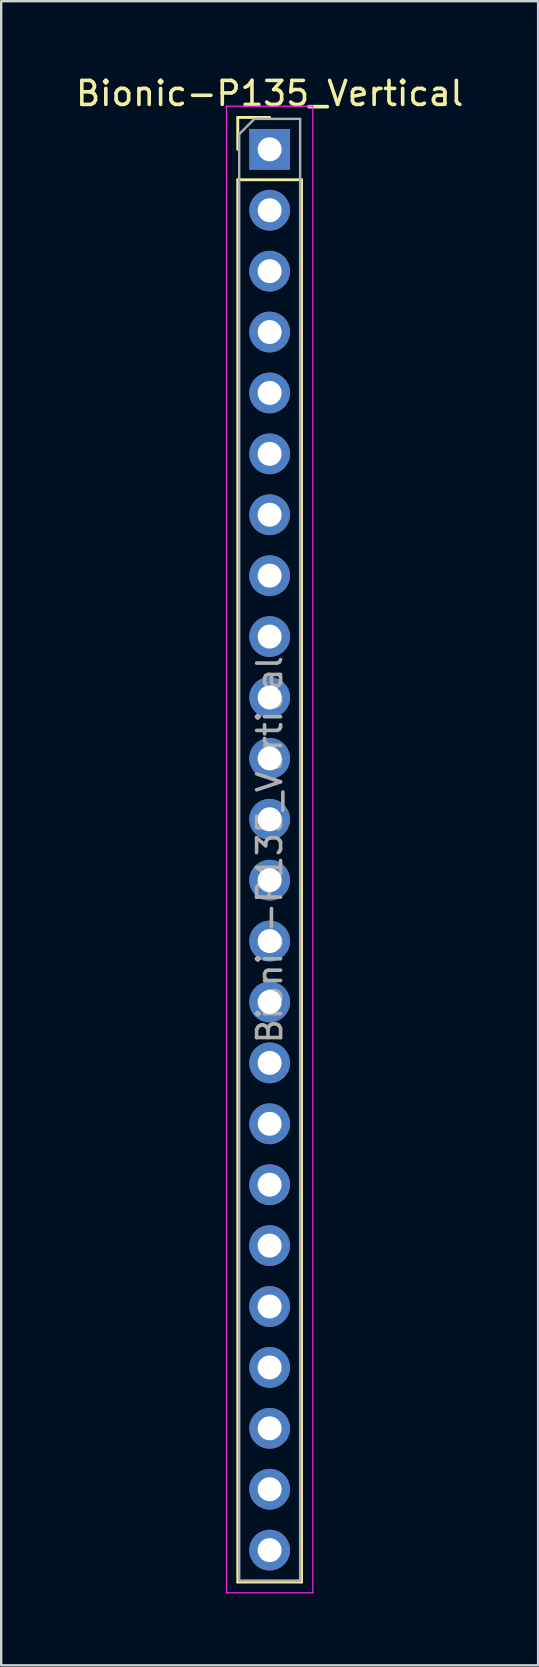
<source format=kicad_pcb>
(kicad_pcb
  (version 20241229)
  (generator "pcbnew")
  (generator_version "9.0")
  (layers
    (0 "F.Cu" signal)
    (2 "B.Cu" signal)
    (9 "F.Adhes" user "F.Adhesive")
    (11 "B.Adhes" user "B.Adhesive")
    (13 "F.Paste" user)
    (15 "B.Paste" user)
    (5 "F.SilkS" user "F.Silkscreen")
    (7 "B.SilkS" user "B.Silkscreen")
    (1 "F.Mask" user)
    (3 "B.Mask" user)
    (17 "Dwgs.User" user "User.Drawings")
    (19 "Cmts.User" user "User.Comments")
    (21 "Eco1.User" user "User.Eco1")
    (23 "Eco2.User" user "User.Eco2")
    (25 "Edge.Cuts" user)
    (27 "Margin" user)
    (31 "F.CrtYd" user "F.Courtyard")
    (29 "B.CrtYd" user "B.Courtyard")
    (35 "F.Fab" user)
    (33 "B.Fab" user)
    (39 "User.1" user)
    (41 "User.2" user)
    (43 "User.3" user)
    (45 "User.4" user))
  (footprint "Bionic-P135_Vertical"
    (layer "F.Cu")
    (at 8.196 3.178)
    (property "Reference" "Bionic-P135_Vertical" (at 0 -2.33 0) (layer "F.SilkS") (effects (font (size 1 1) (thickness 0.15))))
    (attr through_hole)
    (fp_line (start -1.33 -1.33) (end 0 -1.33) (stroke (width 0.12) (type solid)) (layer "F.SilkS"))
    (fp_line (start -1.33 0) (end -1.33 -1.33) (stroke (width 0.12) (type solid)) (layer "F.SilkS"))
    (fp_line (start -1.33 1.27) (end -1.33 59.75) (stroke (width 0.12) (type solid)) (layer "F.SilkS"))
    (fp_line (start -1.33 1.27) (end 1.33 1.27) (stroke (width 0.12) (type solid)) (layer "F.SilkS"))
    (fp_line (start -1.33 59.75) (end 1.33 59.75) (stroke (width 0.12) (type solid)) (layer "F.SilkS"))
    (fp_line (start 1.33 1.27) (end 1.33 59.75) (stroke (width 0.12) (type solid)) (layer "F.SilkS"))
    (fp_line (start -1.8 -1.8) (end -1.8 60.2) (stroke (width 0.05) (type solid)) (layer "F.CrtYd"))
    (fp_line (start -1.8 60.2) (end 1.8 60.2) (stroke (width 0.05) (type solid)) (layer "F.CrtYd"))
    (fp_line (start 1.8 -1.8) (end -1.8 -1.8) (stroke (width 0.05) (type solid)) (layer "F.CrtYd"))
    (fp_line (start 1.8 60.2) (end 1.8 -1.8) (stroke (width 0.05) (type solid)) (layer "F.CrtYd"))
    (fp_line (start -1.27 -0.635) (end -0.635 -1.27) (stroke (width 0.1) (type solid)) (layer "F.Fab"))
    (fp_line (start -1.27 59.69) (end -1.27 -0.635) (stroke (width 0.1) (type solid)) (layer "F.Fab"))
    (fp_line (start -0.635 -1.27) (end 1.27 -1.27) (stroke (width 0.1) (type solid)) (layer "F.Fab"))
    (fp_line (start 1.27 -1.27) (end 1.27 59.69) (stroke (width 0.1) (type solid)) (layer "F.Fab"))
    (fp_line (start 1.27 59.69) (end -1.27 59.69) (stroke (width 0.1) (type solid)) (layer "F.Fab"))
    (fp_text user "${REFERENCE}" (at 0 29.21 90) (layer "F.Fab") (effects (font (size 1 1) (thickness 0.15))))
    (pad "1" thru_hole rect (at 0 0) (size 1.7 1.7) (drill 1) (layers "*.Cu" "*.Mask"))
    (pad "2" thru_hole oval (at 0 2.54) (size 1.7 1.7) (drill 1) (layers "*.Cu" "*.Mask"))
    (pad "3" thru_hole oval (at 0 5.08) (size 1.7 1.7) (drill 1) (layers "*.Cu" "*.Mask"))
    (pad "4" thru_hole oval (at 0 7.62) (size 1.7 1.7) (drill 1) (layers "*.Cu" "*.Mask"))
    (pad "5" thru_hole oval (at 0 10.16) (size 1.7 1.7) (drill 1) (layers "*.Cu" "*.Mask"))
    (pad "6" thru_hole oval (at 0 12.7) (size 1.7 1.7) (drill 1) (layers "*.Cu" "*.Mask"))
    (pad "7" thru_hole oval (at 0 15.24) (size 1.7 1.7) (drill 1) (layers "*.Cu" "*.Mask"))
    (pad "8" thru_hole oval (at 0 17.78) (size 1.7 1.7) (drill 1) (layers "*.Cu" "*.Mask"))
    (pad "9" thru_hole oval (at 0 20.32) (size 1.7 1.7) (drill 1) (layers "*.Cu" "*.Mask"))
    (pad "10" thru_hole oval (at 0 22.86) (size 1.7 1.7) (drill 1) (layers "*.Cu" "*.Mask"))
    (pad "11" thru_hole oval (at 0 25.4) (size 1.7 1.7) (drill 1) (layers "*.Cu" "*.Mask"))
    (pad "12" thru_hole oval (at 0 27.94) (size 1.7 1.7) (drill 1) (layers "*.Cu" "*.Mask"))
    (pad "13" thru_hole oval (at 0 30.48) (size 1.7 1.7) (drill 1) (layers "*.Cu" "*.Mask"))
    (pad "14" thru_hole oval (at 0 33.02) (size 1.7 1.7) (drill 1) (layers "*.Cu" "*.Mask"))
    (pad "15" thru_hole oval (at 0 35.56) (size 1.7 1.7) (drill 1) (layers "*.Cu" "*.Mask"))
    (pad "16" thru_hole oval (at 0 38.1) (size 1.7 1.7) (drill 1) (layers "*.Cu" "*.Mask"))
    (pad "17" thru_hole oval (at 0 40.64) (size 1.7 1.7) (drill 1) (layers "*.Cu" "*.Mask"))
    (pad "18" thru_hole oval (at 0 43.18) (size 1.7 1.7) (drill 1) (layers "*.Cu" "*.Mask"))
    (pad "19" thru_hole oval (at 0 45.72) (size 1.7 1.7) (drill 1) (layers "*.Cu" "*.Mask"))
    (pad "20" thru_hole oval (at 0 48.26) (size 1.7 1.7) (drill 1) (layers "*.Cu" "*.Mask"))
    (pad "21" thru_hole oval (at 0 50.8) (size 1.7 1.7) (drill 1) (layers "*.Cu" "*.Mask"))
    (pad "22" thru_hole oval (at 0 53.34) (size 1.7 1.7) (drill 1) (layers "*.Cu" "*.Mask"))
    (pad "23" thru_hole oval (at 0 55.88) (size 1.7 1.7) (drill 1) (layers "*.Cu" "*.Mask"))
    (pad "24" thru_hole oval (at 0 58.42) (size 1.7 1.7) (drill 1) (layers "*.Cu" "*.Mask")))
  (gr_rect
    (start -3 -3)
    (end 19.393 66.403)
    (stroke (width 0.1) (type default))
    (fill no)
    (layer "Edge.Cuts")))
</source>
